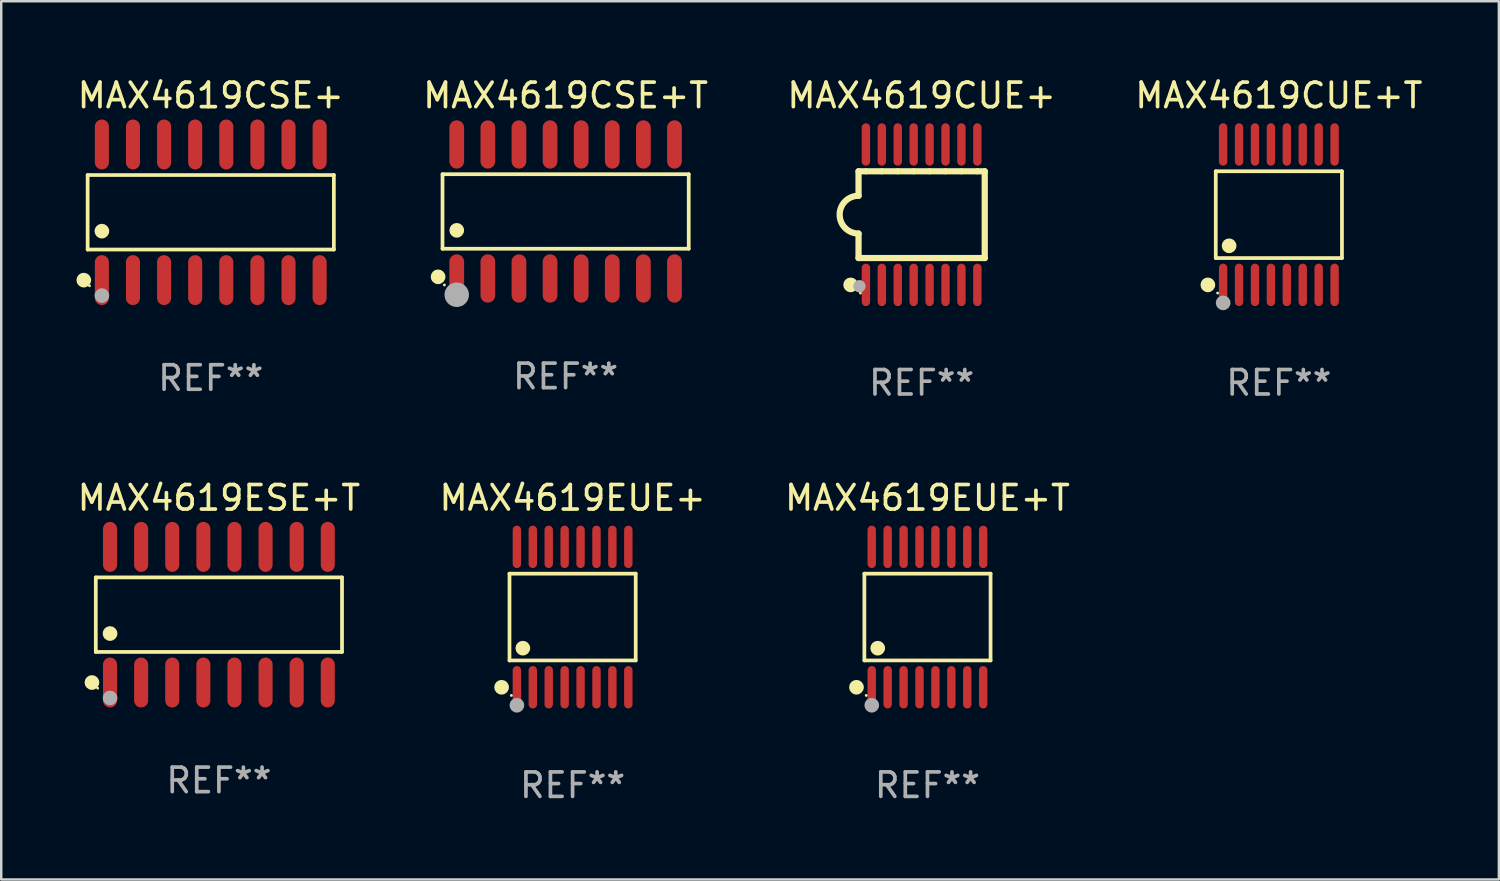
<source format=kicad_pcb>
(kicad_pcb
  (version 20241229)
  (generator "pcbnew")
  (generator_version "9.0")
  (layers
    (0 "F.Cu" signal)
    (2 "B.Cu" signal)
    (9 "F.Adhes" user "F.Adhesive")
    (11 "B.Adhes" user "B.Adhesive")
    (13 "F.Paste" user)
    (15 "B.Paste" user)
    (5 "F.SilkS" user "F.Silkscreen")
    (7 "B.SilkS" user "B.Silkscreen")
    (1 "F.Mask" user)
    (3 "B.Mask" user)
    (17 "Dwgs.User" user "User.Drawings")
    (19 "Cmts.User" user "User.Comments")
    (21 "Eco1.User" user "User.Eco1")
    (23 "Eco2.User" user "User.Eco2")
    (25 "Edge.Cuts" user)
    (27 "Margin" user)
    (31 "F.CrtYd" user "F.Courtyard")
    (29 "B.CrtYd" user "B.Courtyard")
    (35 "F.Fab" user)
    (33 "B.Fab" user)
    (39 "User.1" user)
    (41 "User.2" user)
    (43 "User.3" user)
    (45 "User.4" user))
  (footprint "MAX4619ESE+T"
    (layer "F.Cu")
    (at 5.887 22.045)
    (property "Reference" "MAX4619ESE+T" (at 0 -4.769 0) (layer "F.SilkS") (effects (font (size 1 1) (thickness 0.15))))
    (attr through_hole)
    (fp_line (start -5.026 -1.521) (end 5.026 -1.521) (stroke (width 0.152) (type solid)) (layer "F.SilkS"))
    (fp_line (start -5.026 1.521) (end -5.026 -1.521) (stroke (width 0.152) (type solid)) (layer "F.SilkS"))
    (fp_line (start 5.026 -1.521) (end 5.026 1.521) (stroke (width 0.152) (type solid)) (layer "F.SilkS"))
    (fp_line (start 5.026 1.521) (end -5.026 1.521) (stroke (width 0.152) (type solid)) (layer "F.SilkS"))
    (fp_circle (center -5.184 2.769) (end -5.034 2.769) (stroke (width 0.3) (type solid)) (fill no) (layer "F.SilkS"))
    (fp_circle (center -4.95 3) (end -4.92 3) (stroke (width 0.06) (type solid)) (fill no) (layer "F.SilkS"))
    (fp_circle (center -4.445 0.769) (end -4.295 0.769) (stroke (width 0.3) (type solid)) (fill no) (layer "F.SilkS"))
    (fp_circle (center -4.445 3.4) (end -4.295 3.4) (stroke (width 0.3) (type solid)) (fill no) (layer "F.Fab"))
    (fp_text user "REF**" (at 0 6.769 0) (layer "F.Fab") (effects (font (size 1 1) (thickness 0.15))))
    (pad "1" smd oval (at -4.445 2.769) (size 0.574 2.038) (layers "F.Cu" "F.Mask" "F.Paste"))
    (pad "2" smd oval (at -3.175 2.769) (size 0.574 2.038) (layers "F.Cu" "F.Mask" "F.Paste"))
    (pad "3" smd oval (at -1.905 2.769) (size 0.574 2.038) (layers "F.Cu" "F.Mask" "F.Paste"))
    (pad "4" smd oval (at -0.635 2.769) (size 0.574 2.038) (layers "F.Cu" "F.Mask" "F.Paste"))
    (pad "5" smd oval (at 0.635 2.769) (size 0.574 2.038) (layers "F.Cu" "F.Mask" "F.Paste"))
    (pad "6" smd oval (at 1.905 2.769) (size 0.574 2.038) (layers "F.Cu" "F.Mask" "F.Paste"))
    (pad "7" smd oval (at 3.175 2.769) (size 0.574 2.038) (layers "F.Cu" "F.Mask" "F.Paste"))
    (pad "8" smd oval (at 4.445 2.769) (size 0.574 2.038) (layers "F.Cu" "F.Mask" "F.Paste"))
    (pad "9" smd oval (at 4.445 -2.769) (size 0.574 2.038) (layers "F.Cu" "F.Mask" "F.Paste"))
    (pad "10" smd oval (at 3.175 -2.769) (size 0.574 2.038) (layers "F.Cu" "F.Mask" "F.Paste"))
    (pad "11" smd oval (at 1.905 -2.769) (size 0.574 2.038) (layers "F.Cu" "F.Mask" "F.Paste"))
    (pad "12" smd oval (at 0.635 -2.769) (size 0.574 2.038) (layers "F.Cu" "F.Mask" "F.Paste"))
    (pad "13" smd oval (at -0.635 -2.769) (size 0.574 2.038) (layers "F.Cu" "F.Mask" "F.Paste"))
    (pad "14" smd oval (at -1.905 -2.769) (size 0.574 2.038) (layers "F.Cu" "F.Mask" "F.Paste"))
    (pad "15" smd oval (at -3.175 -2.769) (size 0.574 2.038) (layers "F.Cu" "F.Mask" "F.Paste"))
    (pad "16" smd oval (at -4.445 -2.769) (size 0.574 2.038) (layers "F.Cu" "F.Mask" "F.Paste")))
  (footprint "MAX4619EUE+T"
    (layer "F.Cu")
    (at 34.815 22.142)
    (property "Reference" "MAX4619EUE+T" (at 0 -4.866 0) (layer "F.SilkS") (effects (font (size 1 1) (thickness 0.15))))
    (attr through_hole)
    (fp_line (start -2.576 -1.772) (end 2.576 -1.772) (stroke (width 0.152) (type solid)) (layer "F.SilkS"))
    (fp_line (start -2.576 1.771) (end -2.576 -1.772) (stroke (width 0.152) (type solid)) (layer "F.SilkS"))
    (fp_line (start 2.576 -1.772) (end 2.576 1.771) (stroke (width 0.152) (type solid)) (layer "F.SilkS"))
    (fp_line (start 2.576 1.771) (end -2.576 1.771) (stroke (width 0.152) (type solid)) (layer "F.SilkS"))
    (fp_circle (center -2.899 2.866) (end -2.749 2.866) (stroke (width 0.3) (type solid)) (fill no) (layer "F.SilkS"))
    (fp_circle (center -2.5 3.2) (end -2.47 3.2) (stroke (width 0.06) (type solid)) (fill no) (layer "F.SilkS"))
    (fp_circle (center -2.032 1.27) (end -1.882 1.27) (stroke (width 0.3) (type solid)) (fill no) (layer "F.SilkS"))
    (fp_circle (center -2.275 3.6) (end -2.125 3.6) (stroke (width 0.3) (type solid)) (fill no) (layer "F.Fab"))
    (fp_text user "REF**" (at 0 6.866 0) (layer "F.Fab") (effects (font (size 1 1) (thickness 0.15))))
    (pad "1" smd oval (at -2.275 2.866) (size 0.343 1.731) (layers "F.Cu" "F.Mask" "F.Paste"))
    (pad "2" smd oval (at -1.625 2.866) (size 0.343 1.731) (layers "F.Cu" "F.Mask" "F.Paste"))
    (pad "3" smd oval (at -0.975 2.866) (size 0.343 1.731) (layers "F.Cu" "F.Mask" "F.Paste"))
    (pad "4" smd oval (at -0.325 2.866) (size 0.343 1.731) (layers "F.Cu" "F.Mask" "F.Paste"))
    (pad "5" smd oval (at 0.325 2.866) (size 0.343 1.731) (layers "F.Cu" "F.Mask" "F.Paste"))
    (pad "6" smd oval (at 0.975 2.866) (size 0.343 1.731) (layers "F.Cu" "F.Mask" "F.Paste"))
    (pad "7" smd oval (at 1.625 2.866) (size 0.343 1.731) (layers "F.Cu" "F.Mask" "F.Paste"))
    (pad "8" smd oval (at 2.275 2.866) (size 0.343 1.731) (layers "F.Cu" "F.Mask" "F.Paste"))
    (pad "9" smd oval (at 2.275 -2.866) (size 0.343 1.731) (layers "F.Cu" "F.Mask" "F.Paste"))
    (pad "10" smd oval (at 1.625 -2.866) (size 0.343 1.731) (layers "F.Cu" "F.Mask" "F.Paste"))
    (pad "11" smd oval (at 0.975 -2.866) (size 0.343 1.731) (layers "F.Cu" "F.Mask" "F.Paste"))
    (pad "12" smd oval (at 0.325 -2.866) (size 0.343 1.731) (layers "F.Cu" "F.Mask" "F.Paste"))
    (pad "13" smd oval (at -0.325 -2.866) (size 0.343 1.731) (layers "F.Cu" "F.Mask" "F.Paste"))
    (pad "14" smd oval (at -0.975 -2.866) (size 0.343 1.731) (layers "F.Cu" "F.Mask" "F.Paste"))
    (pad "15" smd oval (at -1.625 -2.866) (size 0.343 1.731) (layers "F.Cu" "F.Mask" "F.Paste"))
    (pad "16" smd oval (at -2.275 -2.866) (size 0.343 1.731) (layers "F.Cu" "F.Mask" "F.Paste")))
  (footprint "MAX4619EUE+"
    (layer "F.Cu")
    (at 20.327 22.142)
    (property "Reference" "MAX4619EUE+" (at 0 -4.866 0) (layer "F.SilkS") (effects (font (size 1 1) (thickness 0.15))))
    (attr through_hole)
    (fp_line (start -2.576 -1.772) (end 2.576 -1.772) (stroke (width 0.152) (type solid)) (layer "F.SilkS"))
    (fp_line (start -2.576 1.771) (end -2.576 -1.772) (stroke (width 0.152) (type solid)) (layer "F.SilkS"))
    (fp_line (start 2.576 -1.772) (end 2.576 1.771) (stroke (width 0.152) (type solid)) (layer "F.SilkS"))
    (fp_line (start 2.576 1.771) (end -2.576 1.771) (stroke (width 0.152) (type solid)) (layer "F.SilkS"))
    (fp_circle (center -2.899 2.866) (end -2.749 2.866) (stroke (width 0.3) (type solid)) (fill no) (layer "F.SilkS"))
    (fp_circle (center -2.5 3.2) (end -2.47 3.2) (stroke (width 0.06) (type solid)) (fill no) (layer "F.SilkS"))
    (fp_circle (center -2.032 1.27) (end -1.882 1.27) (stroke (width 0.3) (type solid)) (fill no) (layer "F.SilkS"))
    (fp_circle (center -2.275 3.6) (end -2.125 3.6) (stroke (width 0.3) (type solid)) (fill no) (layer "F.Fab"))
    (fp_text user "REF**" (at 0 6.866 0) (layer "F.Fab") (effects (font (size 1 1) (thickness 0.15))))
    (pad "1" smd oval (at -2.275 2.866) (size 0.343 1.731) (layers "F.Cu" "F.Mask" "F.Paste"))
    (pad "2" smd oval (at -1.625 2.866) (size 0.343 1.731) (layers "F.Cu" "F.Mask" "F.Paste"))
    (pad "3" smd oval (at -0.975 2.866) (size 0.343 1.731) (layers "F.Cu" "F.Mask" "F.Paste"))
    (pad "4" smd oval (at -0.325 2.866) (size 0.343 1.731) (layers "F.Cu" "F.Mask" "F.Paste"))
    (pad "5" smd oval (at 0.325 2.866) (size 0.343 1.731) (layers "F.Cu" "F.Mask" "F.Paste"))
    (pad "6" smd oval (at 0.975 2.866) (size 0.343 1.731) (layers "F.Cu" "F.Mask" "F.Paste"))
    (pad "7" smd oval (at 1.625 2.866) (size 0.343 1.731) (layers "F.Cu" "F.Mask" "F.Paste"))
    (pad "8" smd oval (at 2.275 2.866) (size 0.343 1.731) (layers "F.Cu" "F.Mask" "F.Paste"))
    (pad "9" smd oval (at 2.275 -2.866) (size 0.343 1.731) (layers "F.Cu" "F.Mask" "F.Paste"))
    (pad "10" smd oval (at 1.625 -2.866) (size 0.343 1.731) (layers "F.Cu" "F.Mask" "F.Paste"))
    (pad "11" smd oval (at 0.975 -2.866) (size 0.343 1.731) (layers "F.Cu" "F.Mask" "F.Paste"))
    (pad "12" smd oval (at 0.325 -2.866) (size 0.343 1.731) (layers "F.Cu" "F.Mask" "F.Paste"))
    (pad "13" smd oval (at -0.325 -2.866) (size 0.343 1.731) (layers "F.Cu" "F.Mask" "F.Paste"))
    (pad "14" smd oval (at -0.975 -2.866) (size 0.343 1.731) (layers "F.Cu" "F.Mask" "F.Paste"))
    (pad "15" smd oval (at -1.625 -2.866) (size 0.343 1.731) (layers "F.Cu" "F.Mask" "F.Paste"))
    (pad "16" smd oval (at -2.275 -2.866) (size 0.343 1.731) (layers "F.Cu" "F.Mask" "F.Paste")))
  (footprint "MAX4619CSE+"
    (layer "F.Cu")
    (at 5.554 5.617)
    (property "Reference" "MAX4619CSE+" (at 0 -4.769 0) (layer "F.SilkS") (effects (font (size 1 1) (thickness 0.15))))
    (attr through_hole)
    (fp_line (start -5.026 -1.521) (end 5.026 -1.521) (stroke (width 0.152) (type solid)) (layer "F.SilkS"))
    (fp_line (start -5.026 1.521) (end -5.026 -1.521) (stroke (width 0.152) (type solid)) (layer "F.SilkS"))
    (fp_line (start 5.026 -1.521) (end 5.026 1.521) (stroke (width 0.152) (type solid)) (layer "F.SilkS"))
    (fp_line (start 5.026 1.521) (end -5.026 1.521) (stroke (width 0.152) (type solid)) (layer "F.SilkS"))
    (fp_circle (center -5.184 2.769) (end -5.034 2.769) (stroke (width 0.3) (type solid)) (fill no) (layer "F.SilkS"))
    (fp_circle (center -4.95 3) (end -4.92 3) (stroke (width 0.06) (type solid)) (fill no) (layer "F.SilkS"))
    (fp_circle (center -4.445 0.769) (end -4.295 0.769) (stroke (width 0.3) (type solid)) (fill no) (layer "F.SilkS"))
    (fp_circle (center -4.445 3.4) (end -4.295 3.4) (stroke (width 0.3) (type solid)) (fill no) (layer "F.Fab"))
    (fp_text user "REF**" (at 0 6.769 0) (layer "F.Fab") (effects (font (size 1 1) (thickness 0.15))))
    (pad "1" smd oval (at -4.445 2.769) (size 0.574 2.038) (layers "F.Cu" "F.Mask" "F.Paste"))
    (pad "2" smd oval (at -3.175 2.769) (size 0.574 2.038) (layers "F.Cu" "F.Mask" "F.Paste"))
    (pad "3" smd oval (at -1.905 2.769) (size 0.574 2.038) (layers "F.Cu" "F.Mask" "F.Paste"))
    (pad "4" smd oval (at -0.635 2.769) (size 0.574 2.038) (layers "F.Cu" "F.Mask" "F.Paste"))
    (pad "5" smd oval (at 0.635 2.769) (size 0.574 2.038) (layers "F.Cu" "F.Mask" "F.Paste"))
    (pad "6" smd oval (at 1.905 2.769) (size 0.574 2.038) (layers "F.Cu" "F.Mask" "F.Paste"))
    (pad "7" smd oval (at 3.175 2.769) (size 0.574 2.038) (layers "F.Cu" "F.Mask" "F.Paste"))
    (pad "8" smd oval (at 4.445 2.769) (size 0.574 2.038) (layers "F.Cu" "F.Mask" "F.Paste"))
    (pad "9" smd oval (at 4.445 -2.769) (size 0.574 2.038) (layers "F.Cu" "F.Mask" "F.Paste"))
    (pad "10" smd oval (at 3.175 -2.769) (size 0.574 2.038) (layers "F.Cu" "F.Mask" "F.Paste"))
    (pad "11" smd oval (at 1.905 -2.769) (size 0.574 2.038) (layers "F.Cu" "F.Mask" "F.Paste"))
    (pad "12" smd oval (at 0.635 -2.769) (size 0.574 2.038) (layers "F.Cu" "F.Mask" "F.Paste"))
    (pad "13" smd oval (at -0.635 -2.769) (size 0.574 2.038) (layers "F.Cu" "F.Mask" "F.Paste"))
    (pad "14" smd oval (at -1.905 -2.769) (size 0.574 2.038) (layers "F.Cu" "F.Mask" "F.Paste"))
    (pad "15" smd oval (at -3.175 -2.769) (size 0.574 2.038) (layers "F.Cu" "F.Mask" "F.Paste"))
    (pad "16" smd oval (at -4.445 -2.769) (size 0.574 2.038) (layers "F.Cu" "F.Mask" "F.Paste")))
  (footprint "MAX4619CUE+T"
    (layer "F.Cu")
    (at 49.161 5.714)
    (property "Reference" "MAX4619CUE+T" (at 0 -4.866 0) (layer "F.SilkS") (effects (font (size 1 1) (thickness 0.15))))
    (attr through_hole)
    (fp_line (start -2.576 -1.772) (end 2.576 -1.772) (stroke (width 0.152) (type solid)) (layer "F.SilkS"))
    (fp_line (start -2.576 1.771) (end -2.576 -1.772) (stroke (width 0.152) (type solid)) (layer "F.SilkS"))
    (fp_line (start 2.576 -1.772) (end 2.576 1.771) (stroke (width 0.152) (type solid)) (layer "F.SilkS"))
    (fp_line (start 2.576 1.771) (end -2.576 1.771) (stroke (width 0.152) (type solid)) (layer "F.SilkS"))
    (fp_circle (center -2.899 2.866) (end -2.749 2.866) (stroke (width 0.3) (type solid)) (fill no) (layer "F.SilkS"))
    (fp_circle (center -2.5 3.2) (end -2.47 3.2) (stroke (width 0.06) (type solid)) (fill no) (layer "F.SilkS"))
    (fp_circle (center -2.032 1.27) (end -1.882 1.27) (stroke (width 0.3) (type solid)) (fill no) (layer "F.SilkS"))
    (fp_circle (center -2.275 3.6) (end -2.125 3.6) (stroke (width 0.3) (type solid)) (fill no) (layer "F.Fab"))
    (fp_text user "REF**" (at 0 6.866 0) (layer "F.Fab") (effects (font (size 1 1) (thickness 0.15))))
    (pad "1" smd oval (at -2.275 2.866) (size 0.343 1.731) (layers "F.Cu" "F.Mask" "F.Paste"))
    (pad "2" smd oval (at -1.625 2.866) (size 0.343 1.731) (layers "F.Cu" "F.Mask" "F.Paste"))
    (pad "3" smd oval (at -0.975 2.866) (size 0.343 1.731) (layers "F.Cu" "F.Mask" "F.Paste"))
    (pad "4" smd oval (at -0.325 2.866) (size 0.343 1.731) (layers "F.Cu" "F.Mask" "F.Paste"))
    (pad "5" smd oval (at 0.325 2.866) (size 0.343 1.731) (layers "F.Cu" "F.Mask" "F.Paste"))
    (pad "6" smd oval (at 0.975 2.866) (size 0.343 1.731) (layers "F.Cu" "F.Mask" "F.Paste"))
    (pad "7" smd oval (at 1.625 2.866) (size 0.343 1.731) (layers "F.Cu" "F.Mask" "F.Paste"))
    (pad "8" smd oval (at 2.275 2.866) (size 0.343 1.731) (layers "F.Cu" "F.Mask" "F.Paste"))
    (pad "9" smd oval (at 2.275 -2.866) (size 0.343 1.731) (layers "F.Cu" "F.Mask" "F.Paste"))
    (pad "10" smd oval (at 1.625 -2.866) (size 0.343 1.731) (layers "F.Cu" "F.Mask" "F.Paste"))
    (pad "11" smd oval (at 0.975 -2.866) (size 0.343 1.731) (layers "F.Cu" "F.Mask" "F.Paste"))
    (pad "12" smd oval (at 0.325 -2.866) (size 0.343 1.731) (layers "F.Cu" "F.Mask" "F.Paste"))
    (pad "13" smd oval (at -0.325 -2.866) (size 0.343 1.731) (layers "F.Cu" "F.Mask" "F.Paste"))
    (pad "14" smd oval (at -0.975 -2.866) (size 0.343 1.731) (layers "F.Cu" "F.Mask" "F.Paste"))
    (pad "15" smd oval (at -1.625 -2.866) (size 0.343 1.731) (layers "F.Cu" "F.Mask" "F.Paste"))
    (pad "16" smd oval (at -2.275 -2.866) (size 0.343 1.731) (layers "F.Cu" "F.Mask" "F.Paste")))
  (footprint "MAX4619CSE+T"
    (layer "F.Cu")
    (at 20.042 5.584)
    (property "Reference" "MAX4619CSE+T" (at 0 -4.736 0) (layer "F.SilkS") (effects (font (size 1 1) (thickness 0.15))))
    (attr through_hole)
    (fp_line (start -5.026 -1.521) (end 5.026 -1.521) (stroke (width 0.152) (type solid)) (layer "F.SilkS"))
    (fp_line (start -5.026 1.521) (end -5.026 -1.521) (stroke (width 0.152) (type solid)) (layer "F.SilkS"))
    (fp_line (start 5.026 -1.521) (end 5.026 1.521) (stroke (width 0.152) (type solid)) (layer "F.SilkS"))
    (fp_line (start 5.026 1.521) (end -5.026 1.521) (stroke (width 0.152) (type solid)) (layer "F.SilkS"))
    (fp_circle (center -5.207 2.667) (end -5.057 2.667) (stroke (width 0.3) (type solid)) (fill no) (layer "F.SilkS"))
    (fp_circle (center -4.95 3) (end -4.92 3) (stroke (width 0.06) (type solid)) (fill no) (layer "F.SilkS"))
    (fp_circle (center -4.445 0.769) (end -4.295 0.769) (stroke (width 0.3) (type solid)) (fill no) (layer "F.SilkS"))
    (fp_circle (center -4.445 3.4) (end -4.195 3.4) (stroke (width 0.5) (type solid)) (fill no) (layer "F.Fab"))
    (fp_text user "REF**" (at 0 6.736 0) (layer "F.Fab") (effects (font (size 1 1) (thickness 0.15))))
    (pad "1" smd oval (at -4.445 2.736) (size 0.602 1.971) (layers "F.Cu" "F.Mask" "F.Paste"))
    (pad "2" smd oval (at -3.175 2.736) (size 0.602 1.971) (layers "F.Cu" "F.Mask" "F.Paste"))
    (pad "3" smd oval (at -1.905 2.736) (size 0.602 1.971) (layers "F.Cu" "F.Mask" "F.Paste"))
    (pad "4" smd oval (at -0.635 2.736) (size 0.602 1.971) (layers "F.Cu" "F.Mask" "F.Paste"))
    (pad "5" smd oval (at 0.635 2.736) (size 0.602 1.971) (layers "F.Cu" "F.Mask" "F.Paste"))
    (pad "6" smd oval (at 1.905 2.736) (size 0.602 1.971) (layers "F.Cu" "F.Mask" "F.Paste"))
    (pad "7" smd oval (at 3.175 2.736) (size 0.602 1.971) (layers "F.Cu" "F.Mask" "F.Paste"))
    (pad "8" smd oval (at 4.445 2.736) (size 0.602 1.971) (layers "F.Cu" "F.Mask" "F.Paste"))
    (pad "9" smd oval (at 4.445 -2.736) (size 0.602 1.971) (layers "F.Cu" "F.Mask" "F.Paste"))
    (pad "10" smd oval (at 3.175 -2.736) (size 0.602 1.971) (layers "F.Cu" "F.Mask" "F.Paste"))
    (pad "11" smd oval (at 1.905 -2.736) (size 0.602 1.971) (layers "F.Cu" "F.Mask" "F.Paste"))
    (pad "12" smd oval (at 0.635 -2.736) (size 0.602 1.971) (layers "F.Cu" "F.Mask" "F.Paste"))
    (pad "13" smd oval (at -0.635 -2.736) (size 0.602 1.971) (layers "F.Cu" "F.Mask" "F.Paste"))
    (pad "14" smd oval (at -1.905 -2.736) (size 0.602 1.971) (layers "F.Cu" "F.Mask" "F.Paste"))
    (pad "15" smd oval (at -3.175 -2.736) (size 0.602 1.971) (layers "F.Cu" "F.Mask" "F.Paste"))
    (pad "16" smd oval (at -4.445 -2.736) (size 0.602 1.971) (layers "F.Cu" "F.Mask" "F.Paste")))
  (footprint "MAX4619CUE+"
    (layer "F.Cu")
    (at 34.577 5.714)
    (property "Reference" "MAX4619CUE+" (at 0 -4.866 0) (layer "F.SilkS") (effects (font (size 1 1) (thickness 0.15))))
    (attr through_hole)
    (fp_line (start -2.576 -1.771) (end -2.576 -0.771) (stroke (width 0.254) (type solid)) (layer "F.SilkS"))
    (fp_line (start -2.576 -1.771) (end -2.289 -1.771) (stroke (width 0.254) (type solid)) (layer "F.SilkS"))
    (fp_line (start -2.576 1.771) (end -2.576 0.771) (stroke (width 0.254) (type solid)) (layer "F.SilkS"))
    (fp_line (start -2.261 -1.771) (end -1.639 -1.771) (stroke (width 0.254) (type solid)) (layer "F.SilkS"))
    (fp_line (start -1.612 -1.771) (end -0.989 -1.771) (stroke (width 0.254) (type solid)) (layer "F.SilkS"))
    (fp_line (start -0.962 -1.771) (end -0.338 -1.771) (stroke (width 0.254) (type solid)) (layer "F.SilkS"))
    (fp_line (start -0.311 -1.771) (end 0.312 -1.771) (stroke (width 0.254) (type solid)) (layer "F.SilkS"))
    (fp_line (start 0.339 -1.771) (end 0.962 -1.771) (stroke (width 0.254) (type solid)) (layer "F.SilkS"))
    (fp_line (start 0.989 -1.771) (end 1.612 -1.771) (stroke (width 0.254) (type solid)) (layer "F.SilkS"))
    (fp_line (start 1.639 -1.771) (end 2.261 -1.771) (stroke (width 0.254) (type solid)) (layer "F.SilkS"))
    (fp_line (start 2.289 -1.771) (end 2.576 -1.771) (stroke (width 0.254) (type solid)) (layer "F.SilkS"))
    (fp_line (start 2.576 -1.771) (end 2.576 1.771) (stroke (width 0.254) (type solid)) (layer "F.SilkS"))
    (fp_line (start 2.576 1.771) (end -2.576 1.771) (stroke (width 0.254) (type solid)) (layer "F.SilkS"))
    (fp_arc (start -2.576226 0.7714) (mid -3.346889 -0.000648) (end -2.575311 -0.771781) (stroke (width 0.254001) (type solid)) (layer "F.SilkS"))
    (fp_circle (center -2.899 2.866) (end -2.749 2.866) (stroke (width 0.3) (type solid)) (fill no) (layer "F.SilkS"))
    (fp_circle (center -2.5 3.2) (end -2.47 3.2) (stroke (width 0.06) (type solid)) (fill no) (layer "F.SilkS"))
    (fp_circle (center -2.54 2.921) (end -2.413 2.921) (stroke (width 0.254) (type solid)) (fill no) (layer "F.Fab"))
    (fp_text user "REF**" (at 0 6.866 0) (layer "F.Fab") (effects (font (size 1 1) (thickness 0.15))))
    (pad "1" smd oval (at -2.275 2.866) (size 0.343 1.731) (layers "F.Cu" "F.Mask" "F.Paste"))
    (pad "2" smd oval (at -1.625 2.866) (size 0.343 1.731) (layers "F.Cu" "F.Mask" "F.Paste"))
    (pad "3" smd oval (at -0.975 2.866) (size 0.343 1.731) (layers "F.Cu" "F.Mask" "F.Paste"))
    (pad "4" smd oval (at -0.325 2.866) (size 0.343 1.731) (layers "F.Cu" "F.Mask" "F.Paste"))
    (pad "5" smd oval (at 0.325 2.866) (size 0.343 1.731) (layers "F.Cu" "F.Mask" "F.Paste"))
    (pad "6" smd oval (at 0.975 2.866) (size 0.343 1.731) (layers "F.Cu" "F.Mask" "F.Paste"))
    (pad "7" smd oval (at 1.625 2.866) (size 0.343 1.731) (layers "F.Cu" "F.Mask" "F.Paste"))
    (pad "8" smd oval (at 2.275 2.866) (size 0.343 1.731) (layers "F.Cu" "F.Mask" "F.Paste"))
    (pad "9" smd oval (at 2.275 -2.866) (size 0.343 1.731) (layers "F.Cu" "F.Mask" "F.Paste"))
    (pad "10" smd oval (at 1.625 -2.866) (size 0.343 1.731) (layers "F.Cu" "F.Mask" "F.Paste"))
    (pad "11" smd oval (at 0.975 -2.866) (size 0.343 1.731) (layers "F.Cu" "F.Mask" "F.Paste"))
    (pad "12" smd oval (at 0.325 -2.866) (size 0.343 1.731) (layers "F.Cu" "F.Mask" "F.Paste"))
    (pad "13" smd oval (at -0.325 -2.866) (size 0.343 1.731) (layers "F.Cu" "F.Mask" "F.Paste"))
    (pad "14" smd oval (at -0.975 -2.866) (size 0.343 1.731) (layers "F.Cu" "F.Mask" "F.Paste"))
    (pad "15" smd oval (at -1.625 -2.866) (size 0.343 1.731) (layers "F.Cu" "F.Mask" "F.Paste"))
    (pad "16" smd oval (at -2.275 -2.866) (size 0.343 1.731) (layers "F.Cu" "F.Mask" "F.Paste")))
  (gr_rect
    (start -3 -3)
    (end 58.143 32.856)
    (stroke (width 0.1) (type default))
    (fill no)
    (layer "Edge.Cuts")))
</source>
